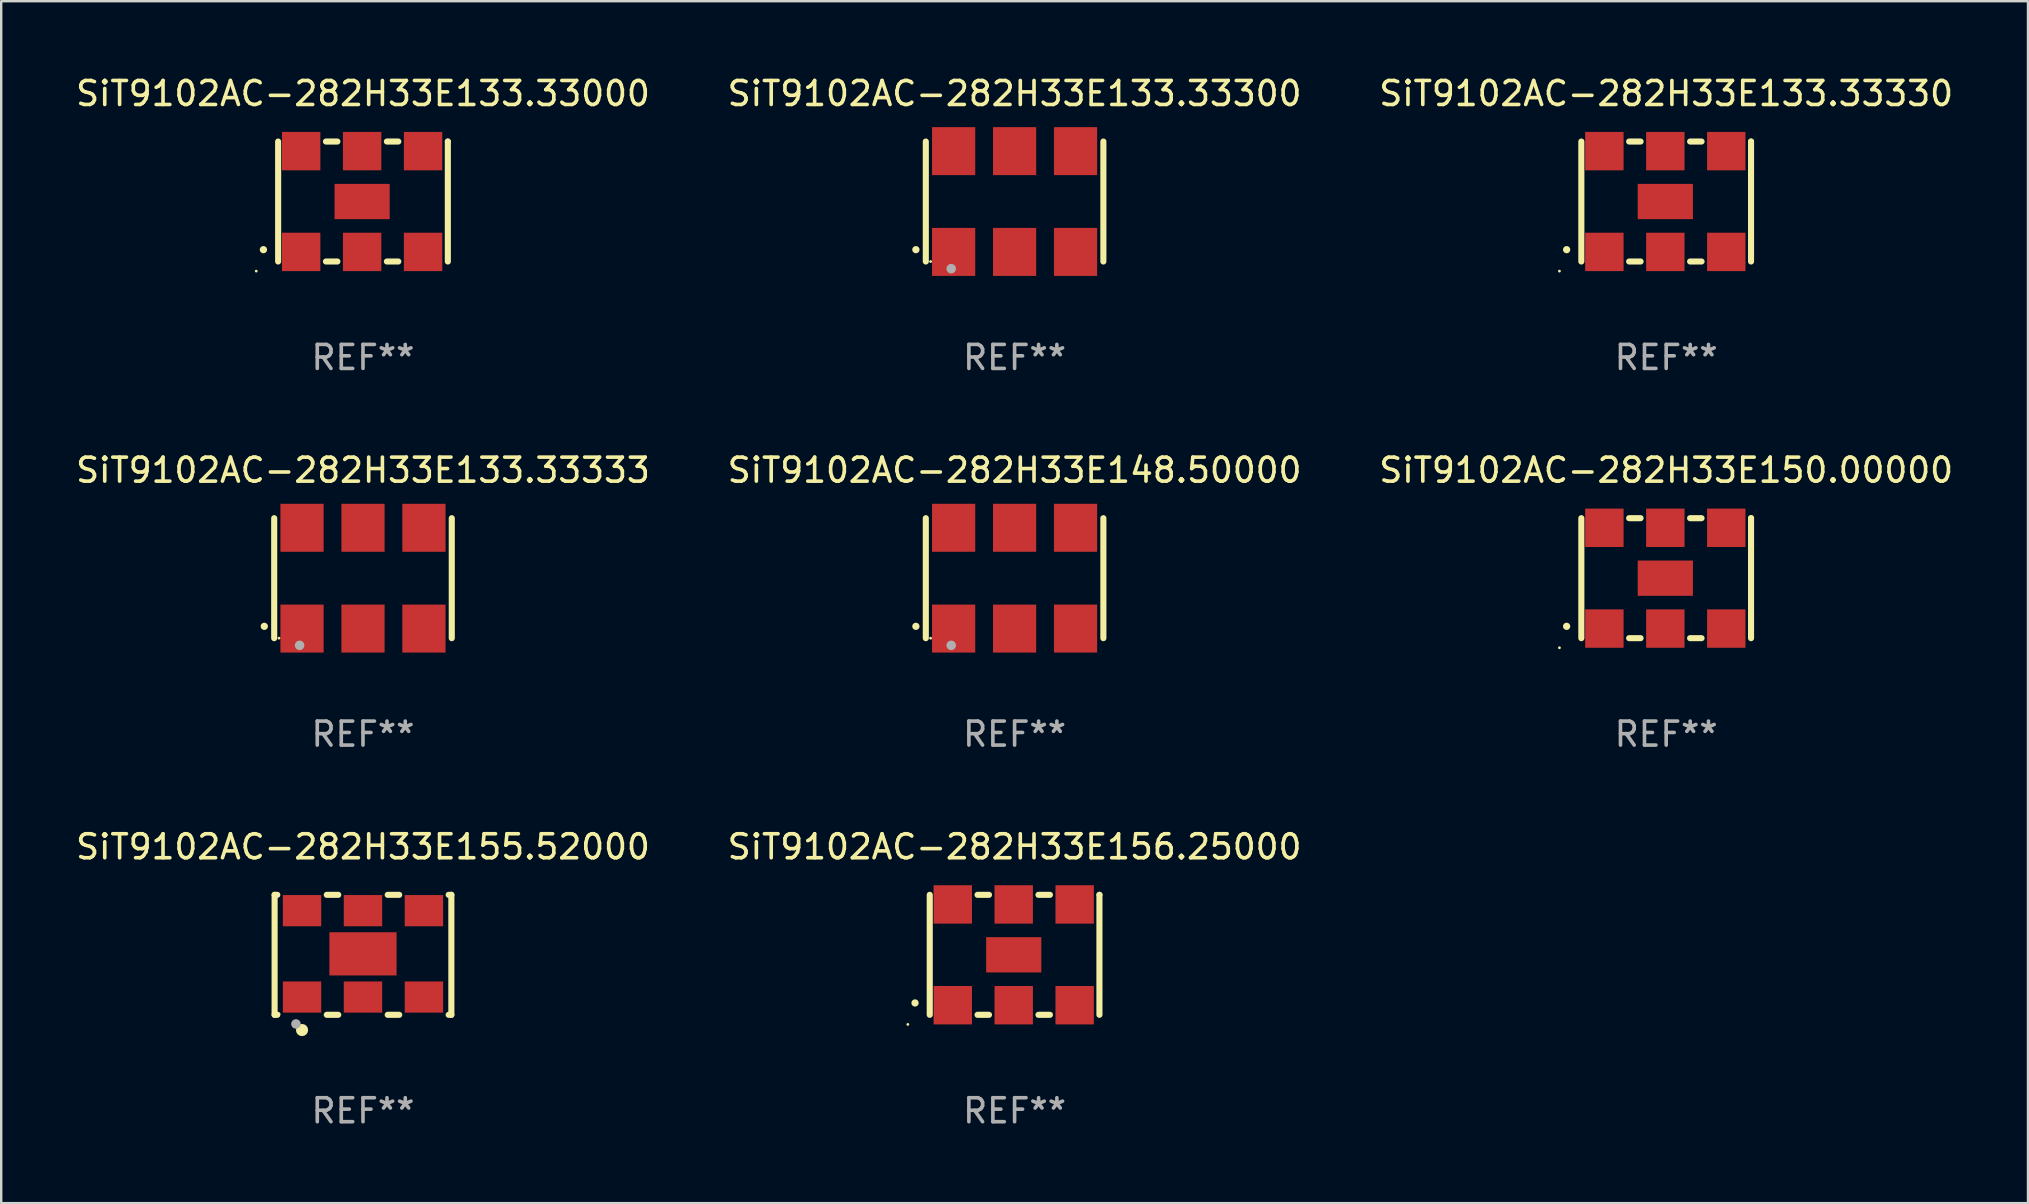
<source format=kicad_pcb>
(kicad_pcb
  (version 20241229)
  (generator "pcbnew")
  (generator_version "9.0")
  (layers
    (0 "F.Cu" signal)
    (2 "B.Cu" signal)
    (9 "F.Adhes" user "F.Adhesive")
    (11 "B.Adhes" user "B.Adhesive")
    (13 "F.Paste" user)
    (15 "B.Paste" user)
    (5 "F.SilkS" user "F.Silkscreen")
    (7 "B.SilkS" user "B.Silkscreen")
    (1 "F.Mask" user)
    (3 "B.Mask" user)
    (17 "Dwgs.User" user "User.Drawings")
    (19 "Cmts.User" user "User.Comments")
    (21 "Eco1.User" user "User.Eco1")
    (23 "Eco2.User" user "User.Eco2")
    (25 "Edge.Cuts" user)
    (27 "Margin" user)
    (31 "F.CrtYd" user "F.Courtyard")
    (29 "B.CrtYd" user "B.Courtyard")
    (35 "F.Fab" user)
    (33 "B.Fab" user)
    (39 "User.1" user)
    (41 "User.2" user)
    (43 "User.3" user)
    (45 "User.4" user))
  (footprint "SiT9102AC-282H33E133.33000"
    (layer "F.Cu")
    (at 12.077 5.348)
    (property "Reference" "SiT9102AC-282H33E133.33000" (at 0 -4.5 0) (layer "F.SilkS") (effects (font (size 1 1) (thickness 0.15))))
    (attr through_hole)
    (fp_line (start -3.536 -2.5) (end -3.536 2.5) (stroke (width 0.254) (type solid)) (layer "F.SilkS"))
    (fp_line (start -1.544 2.5) (end -1.067 2.5) (stroke (width 0.254) (type solid)) (layer "F.SilkS"))
    (fp_line (start -1.067 -2.5) (end -1.544 -2.5) (stroke (width 0.254) (type solid)) (layer "F.SilkS"))
    (fp_line (start 0.996 2.5) (end 1.473 2.5) (stroke (width 0.254) (type solid)) (layer "F.SilkS"))
    (fp_line (start 1.473 -2.5) (end 0.996 -2.5) (stroke (width 0.254) (type solid)) (layer "F.SilkS"))
    (fp_line (start 3.536 -2.5) (end 3.536 -2.5) (stroke (width 0.254) (type solid)) (layer "F.SilkS"))
    (fp_line (start 3.536 2.5) (end 3.536 -2.5) (stroke (width 0.254) (type solid)) (layer "F.SilkS"))
    (fp_arc (start -4.150432 2.006604) (mid -4.149162 2.006599) (end -4.147892 2.006604) (stroke (width 0.3) (type solid)) (layer "F.SilkS"))
    (fp_circle (center -4.449 2.9) (end -4.419 2.9) (stroke (width 0.06) (type solid)) (fill no) (layer "F.SilkS"))
    (fp_text user "REF**" (at 0 6.5 0) (layer "F.Fab") (effects (font (size 1 1) (thickness 0.15))))
    (pad "1" smd rect (at -2.576 2.1) (size 1.6 1.6) (layers "F.Cu" "F.Mask" "F.Paste"))
    (pad "2" smd rect (at -0.036 2.1) (size 1.6 1.6) (layers "F.Cu" "F.Mask" "F.Paste"))
    (pad "3" smd rect (at 2.504 2.1) (size 1.6 1.6) (layers "F.Cu" "F.Mask" "F.Paste"))
    (pad "4" smd rect (at 2.504 -2.1) (size 1.6 1.6) (layers "F.Cu" "F.Mask" "F.Paste"))
    (pad "5" smd rect (at -0.036 -2.1) (size 1.6 1.6) (layers "F.Cu" "F.Mask" "F.Paste"))
    (pad "6" smd rect (at -2.576 -2.1) (size 1.6 1.6) (layers "F.Cu" "F.Mask" "F.Paste"))
    (pad "7" smd rect (at -0.036 0) (size 2.3 1.47) (layers "F.Cu" "F.Mask" "F.Paste")))
  (footprint "SiT9102AC-282H33E133.33333"
    (layer "F.Cu")
    (at 12.077 21.045)
    (property "Reference" "SiT9102AC-282H33E133.33333" (at 0 -4.5 0) (layer "F.SilkS") (effects (font (size 1 1) (thickness 0.15))))
    (attr through_hole)
    (fp_line (start -3.7 -2.5) (end -3.7 2.5) (stroke (width 0.254) (type solid)) (layer "F.SilkS"))
    (fp_line (start 3.7 -2.5) (end 3.7 2.5) (stroke (width 0.254) (type solid)) (layer "F.SilkS"))
    (fp_arc (start -4.114415 2.006604) (mid -4.113145 2.006599) (end -4.111875 2.006604) (stroke (width 0.3) (type solid)) (layer "F.SilkS"))
    (fp_circle (center -3.5 2.501) (end -3.47 2.501) (stroke (width 0.06) (type solid)) (fill no) (layer "F.SilkS"))
    (fp_circle (center -2.641 2.799) (end -2.541 2.799) (stroke (width 0.2) (type solid)) (fill no) (layer "F.Fab"))
    (fp_text user "REF**" (at 0 6.5 0) (layer "F.Fab") (effects (font (size 1 1) (thickness 0.15))))
    (pad "1" smd rect (at -2.54 2.1) (size 1.8 2) (layers "F.Cu" "F.Mask" "F.Paste"))
    (pad "2" smd rect (at 0.000394 2.1) (size 1.8 2) (layers "F.Cu" "F.Mask" "F.Paste"))
    (pad "3" smd rect (at 2.54 2.1) (size 1.8 2) (layers "F.Cu" "F.Mask" "F.Paste"))
    (pad "4" smd rect (at 2.54 -2.1) (size 1.8 2) (layers "F.Cu" "F.Mask" "F.Paste"))
    (pad "5" smd rect (at 0.000394 -2.1) (size 1.8 2) (layers "F.Cu" "F.Mask" "F.Paste"))
    (pad "6" smd rect (at -2.54 -2.1) (size 1.8 2) (layers "F.Cu" "F.Mask" "F.Paste")))
  (footprint "SiT9102AC-282H33E155.52000"
    (layer "F.Cu")
    (at 12.077 36.741)
    (property "Reference" "SiT9102AC-282H33E155.52000" (at 0 -4.5 0) (layer "F.SilkS") (effects (font (size 1 1) (thickness 0.15))))
    (attr through_hole)
    (fp_line (start -3.683 -2.5) (end -3.571 -2.5) (stroke (width 0.254) (type solid)) (layer "F.SilkS"))
    (fp_line (start -3.683 2.5) (end -3.683 -2.5) (stroke (width 0.254) (type solid)) (layer "F.SilkS"))
    (fp_line (start -3.683 2.5) (end -3.571 2.5) (stroke (width 0.254) (type solid)) (layer "F.SilkS"))
    (fp_line (start -1.509 -2.5) (end -1.031 -2.5) (stroke (width 0.254) (type solid)) (layer "F.SilkS"))
    (fp_line (start -1.509 2.5) (end -1.031 2.5) (stroke (width 0.254) (type solid)) (layer "F.SilkS"))
    (fp_line (start 1.031 -2.5) (end 1.509 -2.5) (stroke (width 0.254) (type solid)) (layer "F.SilkS"))
    (fp_line (start 1.031 2.5) (end 1.509 2.5) (stroke (width 0.254) (type solid)) (layer "F.SilkS"))
    (fp_line (start 3.571 -2.5) (end 3.683 -2.5) (stroke (width 0.254) (type solid)) (layer "F.SilkS"))
    (fp_line (start 3.571 2.5) (end 3.683 2.5) (stroke (width 0.254) (type solid)) (layer "F.SilkS"))
    (fp_line (start 3.683 2.5) (end 3.683 -2.5) (stroke (width 0.254) (type solid)) (layer "F.SilkS"))
    (fp_circle (center -3.5 2.46) (end -3.47 2.46) (stroke (width 0.06) (type solid)) (fill no) (layer "F.SilkS"))
    (fp_circle (center -2.54 3.135) (end -2.413 3.135) (stroke (width 0.254) (type solid)) (fill no) (layer "F.SilkS"))
    (fp_circle (center -2.794 2.881) (end -2.694 2.881) (stroke (width 0.2) (type solid)) (fill no) (layer "F.Fab"))
    (fp_text user "REF**" (at 0 6.5 0) (layer "F.Fab") (effects (font (size 1 1) (thickness 0.15))))
    (pad "1" smd rect (at -2.54 1.76) (size 1.6 1.3) (layers "F.Cu" "F.Mask" "F.Paste"))
    (pad "2" smd rect (at 0 1.76) (size 1.6 1.3) (layers "F.Cu" "F.Mask" "F.Paste"))
    (pad "3" smd rect (at 2.54 1.76) (size 1.6 1.3) (layers "F.Cu" "F.Mask" "F.Paste"))
    (pad "4" smd rect (at 2.54 -1.84) (size 1.6 1.3) (layers "F.Cu" "F.Mask" "F.Paste"))
    (pad "5" smd rect (at 0 -1.84) (size 1.6 1.3) (layers "F.Cu" "F.Mask" "F.Paste"))
    (pad "6" smd rect (at -2.54 -1.84) (size 1.6 1.3) (layers "F.Cu" "F.Mask" "F.Paste"))
    (pad "7" smd rect (at 0 -0.04) (size 2.8 1.8) (layers "F.Cu" "F.Mask" "F.Paste")))
  (footprint "SiT9102AC-282H33E133.33300"
    (layer "F.Cu")
    (at 39.232 5.348)
    (property "Reference" "SiT9102AC-282H33E133.33300" (at 0 -4.5 0) (layer "F.SilkS") (effects (font (size 1 1) (thickness 0.15))))
    (attr through_hole)
    (fp_line (start -3.7 -2.5) (end -3.7 2.5) (stroke (width 0.254) (type solid)) (layer "F.SilkS"))
    (fp_line (start 3.7 -2.5) (end 3.7 2.5) (stroke (width 0.254) (type solid)) (layer "F.SilkS"))
    (fp_arc (start -4.114415 2.006604) (mid -4.113145 2.006599) (end -4.111875 2.006604) (stroke (width 0.3) (type solid)) (layer "F.SilkS"))
    (fp_circle (center -3.5 2.501) (end -3.47 2.501) (stroke (width 0.06) (type solid)) (fill no) (layer "F.SilkS"))
    (fp_circle (center -2.641 2.799) (end -2.541 2.799) (stroke (width 0.2) (type solid)) (fill no) (layer "F.Fab"))
    (fp_text user "REF**" (at 0 6.5 0) (layer "F.Fab") (effects (font (size 1 1) (thickness 0.15))))
    (pad "1" smd rect (at -2.54 2.1) (size 1.8 2) (layers "F.Cu" "F.Mask" "F.Paste"))
    (pad "2" smd rect (at 0.000394 2.1) (size 1.8 2) (layers "F.Cu" "F.Mask" "F.Paste"))
    (pad "3" smd rect (at 2.54 2.1) (size 1.8 2) (layers "F.Cu" "F.Mask" "F.Paste"))
    (pad "4" smd rect (at 2.54 -2.1) (size 1.8 2) (layers "F.Cu" "F.Mask" "F.Paste"))
    (pad "5" smd rect (at 0.000394 -2.1) (size 1.8 2) (layers "F.Cu" "F.Mask" "F.Paste"))
    (pad "6" smd rect (at -2.54 -2.1) (size 1.8 2) (layers "F.Cu" "F.Mask" "F.Paste")))
  (footprint "SiT9102AC-282H33E156.25000"
    (layer "F.Cu")
    (at 39.232 36.741)
    (property "Reference" "SiT9102AC-282H33E156.25000" (at 0 -4.5 0) (layer "F.SilkS") (effects (font (size 1 1) (thickness 0.15))))
    (attr through_hole)
    (fp_line (start -3.536 -2.5) (end -3.536 2.5) (stroke (width 0.254) (type solid)) (layer "F.SilkS"))
    (fp_line (start -1.544 2.5) (end -1.067 2.5) (stroke (width 0.254) (type solid)) (layer "F.SilkS"))
    (fp_line (start -1.067 -2.5) (end -1.544 -2.5) (stroke (width 0.254) (type solid)) (layer "F.SilkS"))
    (fp_line (start 0.996 2.5) (end 1.473 2.5) (stroke (width 0.254) (type solid)) (layer "F.SilkS"))
    (fp_line (start 1.473 -2.5) (end 0.996 -2.5) (stroke (width 0.254) (type solid)) (layer "F.SilkS"))
    (fp_line (start 3.536 -2.5) (end 3.536 -2.5) (stroke (width 0.254) (type solid)) (layer "F.SilkS"))
    (fp_line (start 3.536 2.5) (end 3.536 -2.5) (stroke (width 0.254) (type solid)) (layer "F.SilkS"))
    (fp_arc (start -4.150432 2.006604) (mid -4.149162 2.006599) (end -4.147892 2.006604) (stroke (width 0.3) (type solid)) (layer "F.SilkS"))
    (fp_circle (center -4.449 2.9) (end -4.419 2.9) (stroke (width 0.06) (type solid)) (fill no) (layer "F.SilkS"))
    (fp_text user "REF**" (at 0 6.5 0) (layer "F.Fab") (effects (font (size 1 1) (thickness 0.15))))
    (pad "1" smd rect (at -2.576 2.1) (size 1.6 1.6) (layers "F.Cu" "F.Mask" "F.Paste"))
    (pad "2" smd rect (at -0.036 2.1) (size 1.6 1.6) (layers "F.Cu" "F.Mask" "F.Paste"))
    (pad "3" smd rect (at 2.504 2.1) (size 1.6 1.6) (layers "F.Cu" "F.Mask" "F.Paste"))
    (pad "4" smd rect (at 2.504 -2.1) (size 1.6 1.6) (layers "F.Cu" "F.Mask" "F.Paste"))
    (pad "5" smd rect (at -0.036 -2.1) (size 1.6 1.6) (layers "F.Cu" "F.Mask" "F.Paste"))
    (pad "6" smd rect (at -2.576 -2.1) (size 1.6 1.6) (layers "F.Cu" "F.Mask" "F.Paste"))
    (pad "7" smd rect (at -0.036 0) (size 2.3 1.47) (layers "F.Cu" "F.Mask" "F.Paste")))
  (footprint "SiT9102AC-282H33E148.50000"
    (layer "F.Cu")
    (at 39.232 21.045)
    (property "Reference" "SiT9102AC-282H33E148.50000" (at 0 -4.5 0) (layer "F.SilkS") (effects (font (size 1 1) (thickness 0.15))))
    (attr through_hole)
    (fp_line (start -3.7 -2.5) (end -3.7 2.5) (stroke (width 0.254) (type solid)) (layer "F.SilkS"))
    (fp_line (start 3.7 -2.5) (end 3.7 2.5) (stroke (width 0.254) (type solid)) (layer "F.SilkS"))
    (fp_arc (start -4.114415 2.006604) (mid -4.113145 2.006599) (end -4.111875 2.006604) (stroke (width 0.3) (type solid)) (layer "F.SilkS"))
    (fp_circle (center -3.5 2.501) (end -3.47 2.501) (stroke (width 0.06) (type solid)) (fill no) (layer "F.SilkS"))
    (fp_circle (center -2.641 2.799) (end -2.541 2.799) (stroke (width 0.2) (type solid)) (fill no) (layer "F.Fab"))
    (fp_text user "REF**" (at 0 6.5 0) (layer "F.Fab") (effects (font (size 1 1) (thickness 0.15))))
    (pad "1" smd rect (at -2.54 2.1) (size 1.8 2) (layers "F.Cu" "F.Mask" "F.Paste"))
    (pad "2" smd rect (at 0.000394 2.1) (size 1.8 2) (layers "F.Cu" "F.Mask" "F.Paste"))
    (pad "3" smd rect (at 2.54 2.1) (size 1.8 2) (layers "F.Cu" "F.Mask" "F.Paste"))
    (pad "4" smd rect (at 2.54 -2.1) (size 1.8 2) (layers "F.Cu" "F.Mask" "F.Paste"))
    (pad "5" smd rect (at 0.000394 -2.1) (size 1.8 2) (layers "F.Cu" "F.Mask" "F.Paste"))
    (pad "6" smd rect (at -2.54 -2.1) (size 1.8 2) (layers "F.Cu" "F.Mask" "F.Paste")))
  (footprint "SiT9102AC-282H33E150.00000"
    (layer "F.Cu")
    (at 66.387 21.045)
    (property "Reference" "SiT9102AC-282H33E150.00000" (at 0 -4.5 0) (layer "F.SilkS") (effects (font (size 1 1) (thickness 0.15))))
    (attr through_hole)
    (fp_line (start -3.536 -2.5) (end -3.536 2.5) (stroke (width 0.254) (type solid)) (layer "F.SilkS"))
    (fp_line (start -1.544 2.5) (end -1.067 2.5) (stroke (width 0.254) (type solid)) (layer "F.SilkS"))
    (fp_line (start -1.067 -2.5) (end -1.544 -2.5) (stroke (width 0.254) (type solid)) (layer "F.SilkS"))
    (fp_line (start 0.996 2.5) (end 1.473 2.5) (stroke (width 0.254) (type solid)) (layer "F.SilkS"))
    (fp_line (start 1.473 -2.5) (end 0.996 -2.5) (stroke (width 0.254) (type solid)) (layer "F.SilkS"))
    (fp_line (start 3.536 -2.5) (end 3.536 -2.5) (stroke (width 0.254) (type solid)) (layer "F.SilkS"))
    (fp_line (start 3.536 2.5) (end 3.536 -2.5) (stroke (width 0.254) (type solid)) (layer "F.SilkS"))
    (fp_arc (start -4.150432 2.006604) (mid -4.149162 2.006599) (end -4.147892 2.006604) (stroke (width 0.3) (type solid)) (layer "F.SilkS"))
    (fp_circle (center -4.449 2.9) (end -4.419 2.9) (stroke (width 0.06) (type solid)) (fill no) (layer "F.SilkS"))
    (fp_text user "REF**" (at 0 6.5 0) (layer "F.Fab") (effects (font (size 1 1) (thickness 0.15))))
    (pad "1" smd rect (at -2.576 2.1) (size 1.6 1.6) (layers "F.Cu" "F.Mask" "F.Paste"))
    (pad "2" smd rect (at -0.036 2.1) (size 1.6 1.6) (layers "F.Cu" "F.Mask" "F.Paste"))
    (pad "3" smd rect (at 2.504 2.1) (size 1.6 1.6) (layers "F.Cu" "F.Mask" "F.Paste"))
    (pad "4" smd rect (at 2.504 -2.1) (size 1.6 1.6) (layers "F.Cu" "F.Mask" "F.Paste"))
    (pad "5" smd rect (at -0.036 -2.1) (size 1.6 1.6) (layers "F.Cu" "F.Mask" "F.Paste"))
    (pad "6" smd rect (at -2.576 -2.1) (size 1.6 1.6) (layers "F.Cu" "F.Mask" "F.Paste"))
    (pad "7" smd rect (at -0.036 0) (size 2.3 1.47) (layers "F.Cu" "F.Mask" "F.Paste")))
  (footprint "SiT9102AC-282H33E133.33330"
    (layer "F.Cu")
    (at 66.387 5.348)
    (property "Reference" "SiT9102AC-282H33E133.33330" (at 0 -4.5 0) (layer "F.SilkS") (effects (font (size 1 1) (thickness 0.15))))
    (attr through_hole)
    (fp_line (start -3.536 -2.5) (end -3.536 2.5) (stroke (width 0.254) (type solid)) (layer "F.SilkS"))
    (fp_line (start -1.544 2.5) (end -1.067 2.5) (stroke (width 0.254) (type solid)) (layer "F.SilkS"))
    (fp_line (start -1.067 -2.5) (end -1.544 -2.5) (stroke (width 0.254) (type solid)) (layer "F.SilkS"))
    (fp_line (start 0.996 2.5) (end 1.473 2.5) (stroke (width 0.254) (type solid)) (layer "F.SilkS"))
    (fp_line (start 1.473 -2.5) (end 0.996 -2.5) (stroke (width 0.254) (type solid)) (layer "F.SilkS"))
    (fp_line (start 3.536 -2.5) (end 3.536 -2.5) (stroke (width 0.254) (type solid)) (layer "F.SilkS"))
    (fp_line (start 3.536 2.5) (end 3.536 -2.5) (stroke (width 0.254) (type solid)) (layer "F.SilkS"))
    (fp_arc (start -4.150432 2.006604) (mid -4.149162 2.006599) (end -4.147892 2.006604) (stroke (width 0.3) (type solid)) (layer "F.SilkS"))
    (fp_circle (center -4.449 2.9) (end -4.419 2.9) (stroke (width 0.06) (type solid)) (fill no) (layer "F.SilkS"))
    (fp_text user "REF**" (at 0 6.5 0) (layer "F.Fab") (effects (font (size 1 1) (thickness 0.15))))
    (pad "1" smd rect (at -2.576 2.1) (size 1.6 1.6) (layers "F.Cu" "F.Mask" "F.Paste"))
    (pad "2" smd rect (at -0.036 2.1) (size 1.6 1.6) (layers "F.Cu" "F.Mask" "F.Paste"))
    (pad "3" smd rect (at 2.504 2.1) (size 1.6 1.6) (layers "F.Cu" "F.Mask" "F.Paste"))
    (pad "4" smd rect (at 2.504 -2.1) (size 1.6 1.6) (layers "F.Cu" "F.Mask" "F.Paste"))
    (pad "5" smd rect (at -0.036 -2.1) (size 1.6 1.6) (layers "F.Cu" "F.Mask" "F.Paste"))
    (pad "6" smd rect (at -2.576 -2.1) (size 1.6 1.6) (layers "F.Cu" "F.Mask" "F.Paste"))
    (pad "7" smd rect (at -0.036 0) (size 2.3 1.47) (layers "F.Cu" "F.Mask" "F.Paste")))
  (gr_rect
    (start -3 -3)
    (end 81.464 47.09)
    (stroke (width 0.1) (type default))
    (fill no)
    (layer "Edge.Cuts")))
</source>
